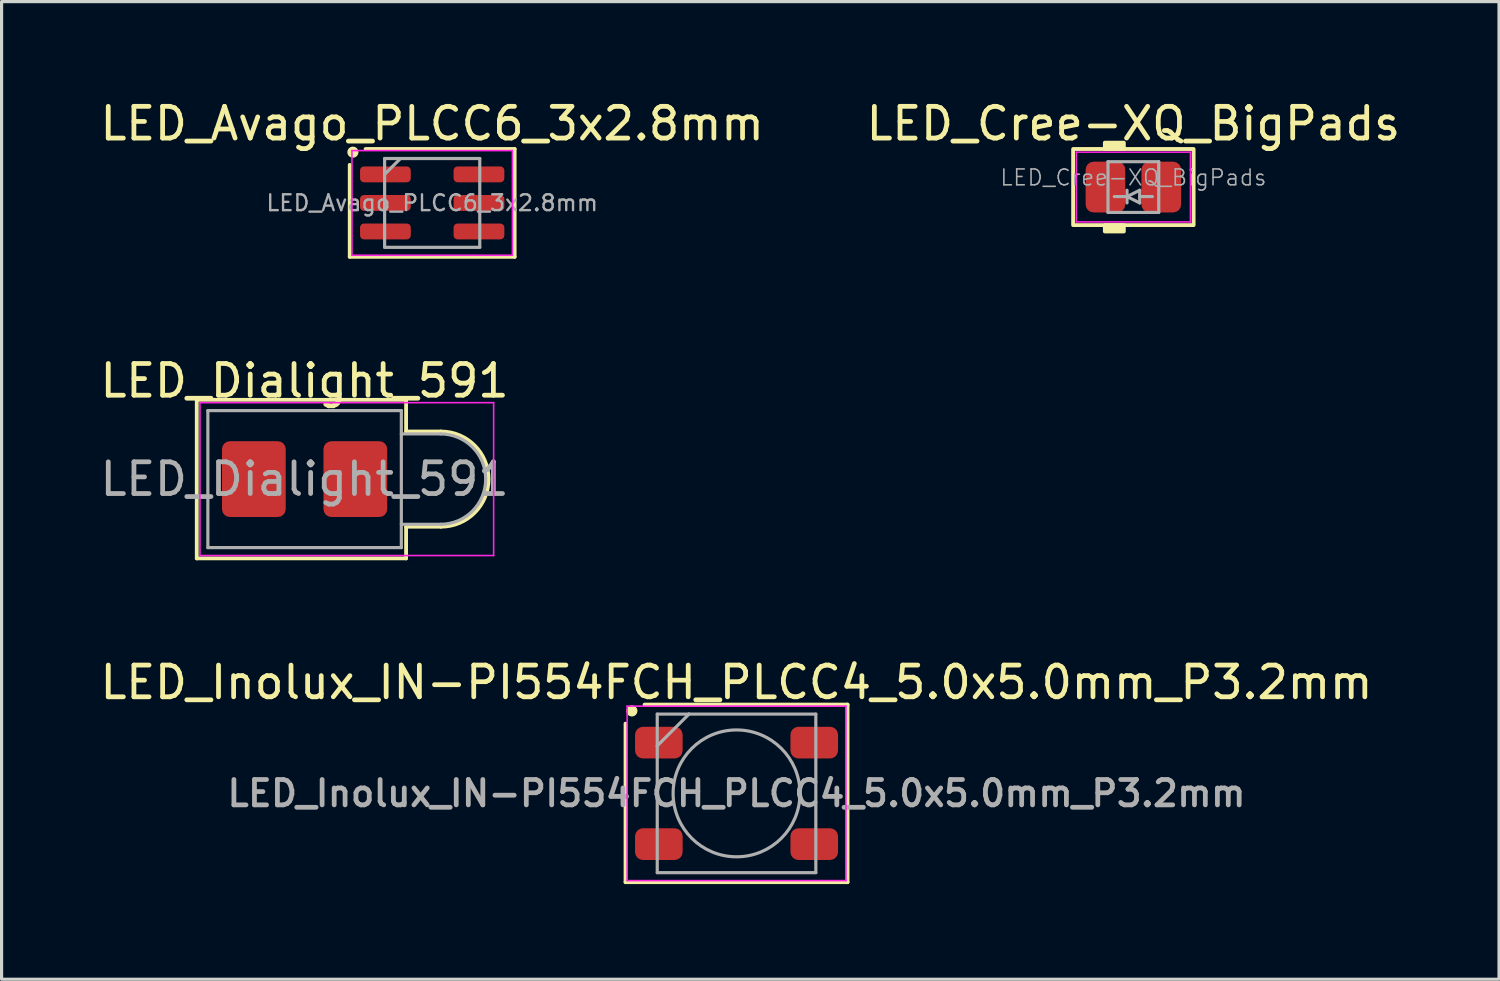
<source format=kicad_pcb>
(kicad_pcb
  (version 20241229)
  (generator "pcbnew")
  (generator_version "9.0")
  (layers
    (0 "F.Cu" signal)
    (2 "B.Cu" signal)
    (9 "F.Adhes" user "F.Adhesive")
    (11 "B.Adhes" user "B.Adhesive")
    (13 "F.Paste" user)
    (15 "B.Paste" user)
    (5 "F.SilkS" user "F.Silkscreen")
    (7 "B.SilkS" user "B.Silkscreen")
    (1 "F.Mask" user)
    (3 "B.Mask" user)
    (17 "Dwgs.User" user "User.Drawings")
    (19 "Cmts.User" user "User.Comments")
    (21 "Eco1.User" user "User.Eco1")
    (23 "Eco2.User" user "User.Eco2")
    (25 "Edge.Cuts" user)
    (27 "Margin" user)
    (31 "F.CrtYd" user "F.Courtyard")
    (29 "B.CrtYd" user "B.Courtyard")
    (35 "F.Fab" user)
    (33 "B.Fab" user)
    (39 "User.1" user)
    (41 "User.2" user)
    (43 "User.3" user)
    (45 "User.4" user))
  (footprint "LED_Cree-XQ_BigPads"
    (layer "F.Cu")
    (at 32.685 2.848)
    (property "Reference" "LED_Cree-XQ_BigPads" (at 0 -2 0) (layer "F.SilkS") (effects (font (size 1 1) (thickness 0.15))))
    (attr smd)
    (fp_rect (start -1.9 -1.2) (end 1.9 1.2) (stroke (width 0.12) (type default)) (fill no) (layer "F.SilkS"))
    (fp_rect (start -0.9 -1.4) (end -0.3 -1.2) (stroke (width 0.12) (type solid)) (fill yes) (layer "F.SilkS"))
    (fp_rect (start -0.9 1.2) (end -0.3 1.4) (stroke (width 0.12) (type solid)) (fill yes) (layer "F.SilkS"))
    (fp_line (start -1.8 -1.1) (end 1.8 -1.1) (stroke (width 0.05) (type solid)) (layer "F.CrtYd"))
    (fp_line (start -1.8 1.1) (end -1.8 -1.1) (stroke (width 0.05) (type solid)) (layer "F.CrtYd"))
    (fp_line (start 1.8 -1.1) (end 1.8 1.1) (stroke (width 0.05) (type solid)) (layer "F.CrtYd"))
    (fp_line (start 1.8 1.1) (end -1.8 1.1) (stroke (width 0.05) (type solid)) (layer "F.CrtYd"))
    (fp_line (start -0.8 -0.8) (end 0.8 -0.8) (stroke (width 0.1) (type solid)) (layer "F.Fab"))
    (fp_line (start -0.8 0.8) (end -0.8 -0.8) (stroke (width 0.1) (type solid)) (layer "F.Fab"))
    (fp_line (start -0.6 0.3) (end -0.2 0.3) (stroke (width 0.1) (type solid)) (layer "F.Fab"))
    (fp_line (start -0.2 0.1) (end -0.2 0.5) (stroke (width 0.1) (type solid)) (layer "F.Fab"))
    (fp_line (start -0.2 0.3) (end 0.2 0.1) (stroke (width 0.1) (type solid)) (layer "F.Fab"))
    (fp_line (start 0.2 0.1) (end 0.2 0.5) (stroke (width 0.1) (type solid)) (layer "F.Fab"))
    (fp_line (start 0.2 0.5) (end -0.2 0.3) (stroke (width 0.1) (type solid)) (layer "F.Fab"))
    (fp_line (start 0.6 0.3) (end 0.2 0.3) (stroke (width 0.1) (type solid)) (layer "F.Fab"))
    (fp_line (start 0.8 -0.8) (end 0.8 0.8) (stroke (width 0.1) (type solid)) (layer "F.Fab"))
    (fp_line (start 0.8 0.8) (end -0.8 0.8) (stroke (width 0.1) (type solid)) (layer "F.Fab"))
    (fp_text user "${REFERENCE}" (at 0 -0.3 0) (layer "F.Fab") (effects (font (size 0.5 0.5) (thickness 0.05))))
    (pad "1" smd roundrect (at -0.88 0) (size 1.25 1.6) (layers "F.Cu" "F.Mask" "F.Paste") (roundrect_rratio 0.2))
    (pad "2" smd roundrect (at 0.88 0) (size 1.25 1.6) (layers "F.Cu" "F.Mask" "F.Paste") (roundrect_rratio 0.2)))
  (footprint "LED_Avago_PLCC6_3x2.8mm"
    (layer "F.Cu")
    (at 10.577 3.348)
    (property "Reference" "LED_Avago_PLCC6_3x2.8mm" (at 0 -2.5 0) (layer "F.SilkS") (effects (font (size 1 1) (thickness 0.15))))
    (attr smd)
    (fp_line (start -2.6 1.7) (end -2.6 -1.2) (stroke (width 0.12) (type default)) (layer "F.SilkS"))
    (fp_line (start -2.1 -1.7) (end 2.6 -1.7) (stroke (width 0.12) (type default)) (layer "F.SilkS"))
    (fp_line (start 2.6 -1.7) (end 2.6 1.7) (stroke (width 0.12) (type default)) (layer "F.SilkS"))
    (fp_line (start 2.6 1.7) (end -2.6 1.7) (stroke (width 0.12) (type default)) (layer "F.SilkS"))
    (fp_circle (center -2.5 -1.6) (end -2.4 -1.6) (stroke (width 0.15) (type solid)) (fill yes) (layer "F.SilkS"))
    (fp_line (start -2.53 -1.65) (end -2.53 1.65) (stroke (width 0.05) (type solid)) (layer "F.CrtYd"))
    (fp_line (start -2.53 -1.65) (end 2.53 -1.65) (stroke (width 0.05) (type solid)) (layer "F.CrtYd"))
    (fp_line (start -2.53 1.65) (end 2.53 1.65) (stroke (width 0.05) (type solid)) (layer "F.CrtYd"))
    (fp_line (start 2.53 -1.65) (end 2.53 1.65) (stroke (width 0.05) (type solid)) (layer "F.CrtYd"))
    (fp_line (start -1.5 -1.4) (end -1.5 1.4) (stroke (width 0.1) (type solid)) (layer "F.Fab"))
    (fp_line (start -1.5 -1.4) (end 1.5 -1.4) (stroke (width 0.1) (type solid)) (layer "F.Fab"))
    (fp_line (start -1.5 -0.9) (end -1 -1.4) (stroke (width 0.1) (type solid)) (layer "F.Fab"))
    (fp_line (start -1.5 1.4) (end 1.5 1.4) (stroke (width 0.1) (type solid)) (layer "F.Fab"))
    (fp_line (start 1.5 -1.4) (end 1.5 1.4) (stroke (width 0.1) (type solid)) (layer "F.Fab"))
    (fp_text user "${REFERENCE}" (at 0 0 0) (layer "F.Fab") (effects (font (size 0.5 0.5) (thickness 0.075))))
    (pad "1" smd roundrect (at -1.475 -0.9) (size 1.6 0.5) (layers "F.Cu" "F.Mask" "F.Paste") (roundrect_rratio 0.25))
    (pad "2" smd roundrect (at -1.475 0) (size 1.6 0.5) (layers "F.Cu" "F.Mask" "F.Paste") (roundrect_rratio 0.25))
    (pad "3" smd roundrect (at -1.475 0.9) (size 1.6 0.5) (layers "F.Cu" "F.Mask" "F.Paste") (roundrect_rratio 0.25))
    (pad "4" smd roundrect (at 1.475 0.9) (size 1.6 0.5) (layers "F.Cu" "F.Mask" "F.Paste") (roundrect_rratio 0.25))
    (pad "5" smd roundrect (at 1.475 0) (size 1.6 0.5) (layers "F.Cu" "F.Mask" "F.Paste") (roundrect_rratio 0.25))
    (pad "6" smd roundrect (at 1.475 -0.9) (size 1.6 0.5) (layers "F.Cu" "F.Mask" "F.Paste") (roundrect_rratio 0.25)))
  (footprint "LED_Dialight_591"
    (layer "F.Cu")
    (at 6.554 12.056)
    (property "Reference" "LED_Dialight_591" (at 0 -3.1 0) (layer "F.SilkS") (effects (font (size 1 1) (thickness 0.15))))
    (attr smd)
    (fp_line (start -3.4 -2.5) (end -3.4 2.5) (stroke (width 0.12) (type default)) (layer "F.SilkS"))
    (fp_line (start -3.4 2.5) (end 3.2 2.5) (stroke (width 0.12) (type default)) (layer "F.SilkS"))
    (fp_line (start 3.2 -2.5) (end -3.4 -2.5) (stroke (width 0.12) (type default)) (layer "F.SilkS"))
    (fp_line (start 3.2 -1.5) (end 3.2 -2.5) (stroke (width 0.12) (type default)) (layer "F.SilkS"))
    (fp_line (start 3.2 1.5) (end 4.3 1.5) (stroke (width 0.12) (type default)) (layer "F.SilkS"))
    (fp_line (start 3.2 2.5) (end 3.2 1.5) (stroke (width 0.12) (type default)) (layer "F.SilkS"))
    (fp_line (start 4.3 -1.5) (end 3.2 -1.5) (stroke (width 0.12) (type default)) (layer "F.SilkS"))
    (fp_arc (start 4.3 -1.5) (mid 5.8 0) (end 4.3 1.5) (stroke (width 0.12) (type default)) (layer "F.SilkS"))
    (fp_line (start -3.3 -2.41) (end 5.96 -2.41) (stroke (width 0.05) (type solid)) (layer "F.CrtYd"))
    (fp_line (start -3.3 2.41) (end -3.3 -2.41) (stroke (width 0.05) (type solid)) (layer "F.CrtYd"))
    (fp_line (start -3.3 2.41) (end 5.96 2.41) (stroke (width 0.05) (type solid)) (layer "F.CrtYd"))
    (fp_line (start 5.96 -2.41) (end 5.96 2.41) (stroke (width 0.05) (type solid)) (layer "F.CrtYd"))
    (fp_line (start -3.05 -2.16) (end -3.05 2.16) (stroke (width 0.1) (type solid)) (layer "F.Fab"))
    (fp_line (start -3.05 -2.16) (end 3.05 -2.16) (stroke (width 0.1) (type solid)) (layer "F.Fab"))
    (fp_line (start -3.05 2.16) (end 3.05 2.16) (stroke (width 0.1) (type solid)) (layer "F.Fab"))
    (fp_line (start 3.05 -2.16) (end 3.05 2.16) (stroke (width 0.1) (type solid)) (layer "F.Fab"))
    (fp_line (start 3.05 -1.425) (end 4.285 -1.425) (stroke (width 0.1) (type solid)) (layer "F.Fab"))
    (fp_line (start 3.05 1.425) (end 4.285 1.425) (stroke (width 0.1) (type solid)) (layer "F.Fab"))
    (fp_arc (start 4.285 -1.425) (mid 5.71 0) (end 4.285 1.425) (stroke (width 0.1) (type solid)) (layer "F.Fab"))
    (fp_text user "${REFERENCE}" (at 0 0 0) (layer "F.Fab") (effects (font (size 1 1) (thickness 0.15))))
    (pad "1" smd roundrect (at -1.6 0) (size 2.01 2.39) (layers "F.Cu" "F.Mask" "F.Paste") (roundrect_rratio 0.124))
    (pad "2" smd roundrect (at 1.6 0) (size 2.01 2.39) (layers "F.Cu" "F.Mask" "F.Paste") (roundrect_rratio 0.124)))
  (footprint "LED_Inolux_IN-PI554FCH_PLCC4_5.0x5.0mm_P3.2mm"
    (layer "F.Cu")
    (at 20.173 21.965)
    (property "Reference" "LED_Inolux_IN-PI554FCH_PLCC4_5.0x5.0mm_P3.2mm" (at 0 -3.5 0) (layer "F.SilkS") (effects (font (size 1 1) (thickness 0.15))))
    (attr smd)
    (fp_line (start -3.5 -2.2) (end -3.5 2.8) (stroke (width 0.12) (type default)) (layer "F.SilkS"))
    (fp_line (start -3.5 2.8) (end 3.5 2.8) (stroke (width 0.12) (type default)) (layer "F.SilkS"))
    (fp_line (start 3.5 -2.8) (end -2.9 -2.8) (stroke (width 0.12) (type default)) (layer "F.SilkS"))
    (fp_line (start 3.5 2.8) (end 3.5 -2.8) (stroke (width 0.12) (type default)) (layer "F.SilkS"))
    (fp_circle (center -3.3 -2.6) (end -3.2 -2.6) (stroke (width 0.15) (type solid)) (fill yes) (layer "F.SilkS"))
    (fp_line (start -3.45 -2.75) (end -3.45 2.75) (stroke (width 0.05) (type solid)) (layer "F.CrtYd"))
    (fp_line (start -3.45 2.75) (end 3.45 2.75) (stroke (width 0.05) (type solid)) (layer "F.CrtYd"))
    (fp_line (start 3.45 -2.75) (end -3.45 -2.75) (stroke (width 0.05) (type solid)) (layer "F.CrtYd"))
    (fp_line (start 3.45 2.75) (end 3.45 -2.75) (stroke (width 0.05) (type solid)) (layer "F.CrtYd"))
    (fp_line (start -2.5 -2.5) (end -2.5 -1.5) (stroke (width 0.1) (type default)) (layer "F.Fab"))
    (fp_line (start -2.5 -1.5) (end -2.5 2.5) (stroke (width 0.1) (type solid)) (layer "F.Fab"))
    (fp_line (start -2.5 2.5) (end 2.5 2.5) (stroke (width 0.1) (type solid)) (layer "F.Fab"))
    (fp_line (start -1.5 -2.5) (end -2.5 -2.5) (stroke (width 0.1) (type default)) (layer "F.Fab"))
    (fp_line (start -1.5 -2.5) (end -2.5 -1.5) (stroke (width 0.1) (type solid)) (layer "F.Fab"))
    (fp_line (start 2.5 -2.5) (end -1.5 -2.5) (stroke (width 0.1) (type solid)) (layer "F.Fab"))
    (fp_line (start 2.5 2.5) (end 2.5 -2.5) (stroke (width 0.1) (type solid)) (layer "F.Fab"))
    (fp_circle (center 0 0) (end 0 -2) (stroke (width 0.1) (type solid)) (fill no) (layer "F.Fab"))
    (fp_text user "${REFERENCE}" (at 0 0 0) (layer "F.Fab") (effects (font (size 0.8 0.8) (thickness 0.15))))
    (pad "1" smd roundrect (at -2.45 -1.6) (size 1.5 1) (layers "F.Cu" "F.Mask" "F.Paste") (roundrect_rratio 0.25))
    (pad "2" smd roundrect (at -2.45 1.6) (size 1.5 1) (layers "F.Cu" "F.Mask" "F.Paste") (roundrect_rratio 0.25))
    (pad "3" smd roundrect (at 2.45 1.6) (size 1.5 1) (layers "F.Cu" "F.Mask" "F.Paste") (roundrect_rratio 0.25))
    (pad "4" smd roundrect (at 2.45 -1.6) (size 1.5 1) (layers "F.Cu" "F.Mask" "F.Paste") (roundrect_rratio 0.25)))
  (gr_rect
    (start -3 -3)
    (end 44.214 27.825)
    (stroke (width 0.1) (type default))
    (fill no)
    (layer "Edge.Cuts")))
</source>
